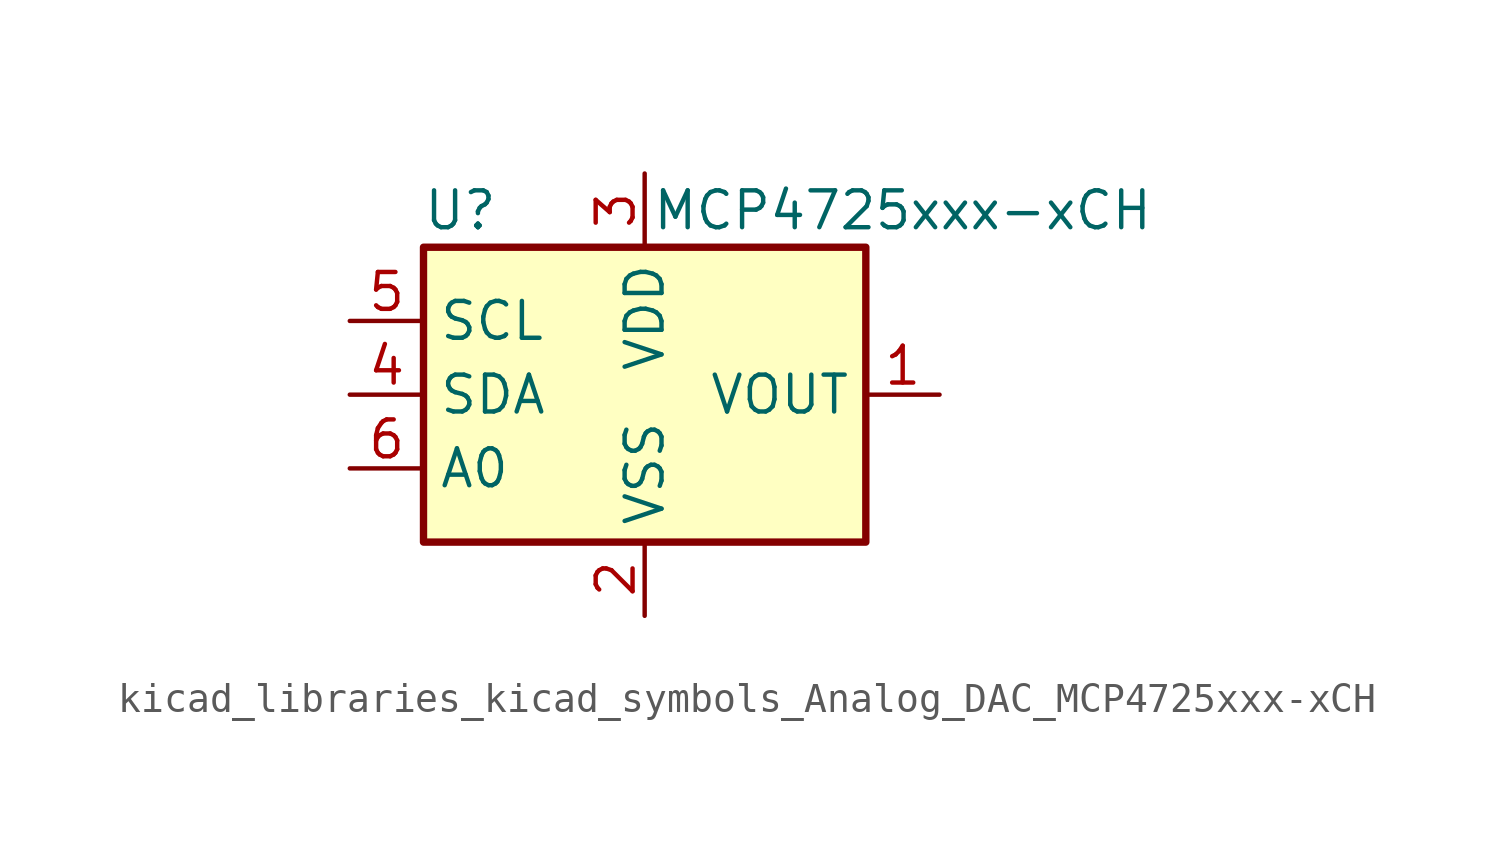
<source format=kicad_sym>
(kicad_symbol_lib
  (version 20220914)
  (generator kicad_symbol_editor)
  (symbol "kicad_libraries_kicad_symbols_Analog_DAC_MCP4725xxx-xCH"
    (property "Reference" "U"
      (at -6.35 6.35 0)
      (effects (font (size 1.27 1.27))))
    (property "Value" "MCP4725xxx-xCH"
      (at 8.89 6.35 0)
      (effects (font (size 1.27 1.27))))
    (symbol "kicad_libraries_kicad_symbols_Analog_DAC_MCP4725xxx-xCH_0_1"
      (rectangle (start -7.62 5.08) (end 7.62 -5.08) (stroke (width 0.254) (type default)) (fill (type background))))
    (symbol "kicad_libraries_kicad_symbols_Analog_DAC_MCP4725xxx-xCH_1_1"
      (pin output line (at 10.16 0 180) (length 2.54) (name "VOUT" (effects (font (size 1.27 1.27)))) (number "1" (effects (font (size 1.27 1.27)))))
      (pin power_in line (at 0 -7.62 90) (length 2.54) (name "VSS" (effects (font (size 1.27 1.27)))) (number "2" (effects (font (size 1.27 1.27)))))
      (pin power_in line (at 0 7.62 270) (length 2.54) (name "VDD" (effects (font (size 1.27 1.27)))) (number "3" (effects (font (size 1.27 1.27)))))
      (pin bidirectional line (at -10.16 0 0) (length 2.54) (name "SDA" (effects (font (size 1.27 1.27)))) (number "4" (effects (font (size 1.27 1.27)))))
      (pin input line (at -10.16 2.54 0) (length 2.54) (name "SCL" (effects (font (size 1.27 1.27)))) (number "5" (effects (font (size 1.27 1.27)))))
      (pin input line (at -10.16 -2.54 0) (length 2.54) (name "A0" (effects (font (size 1.27 1.27)))) (number "6" (effects (font (size 1.27 1.27))))))))
</source>
